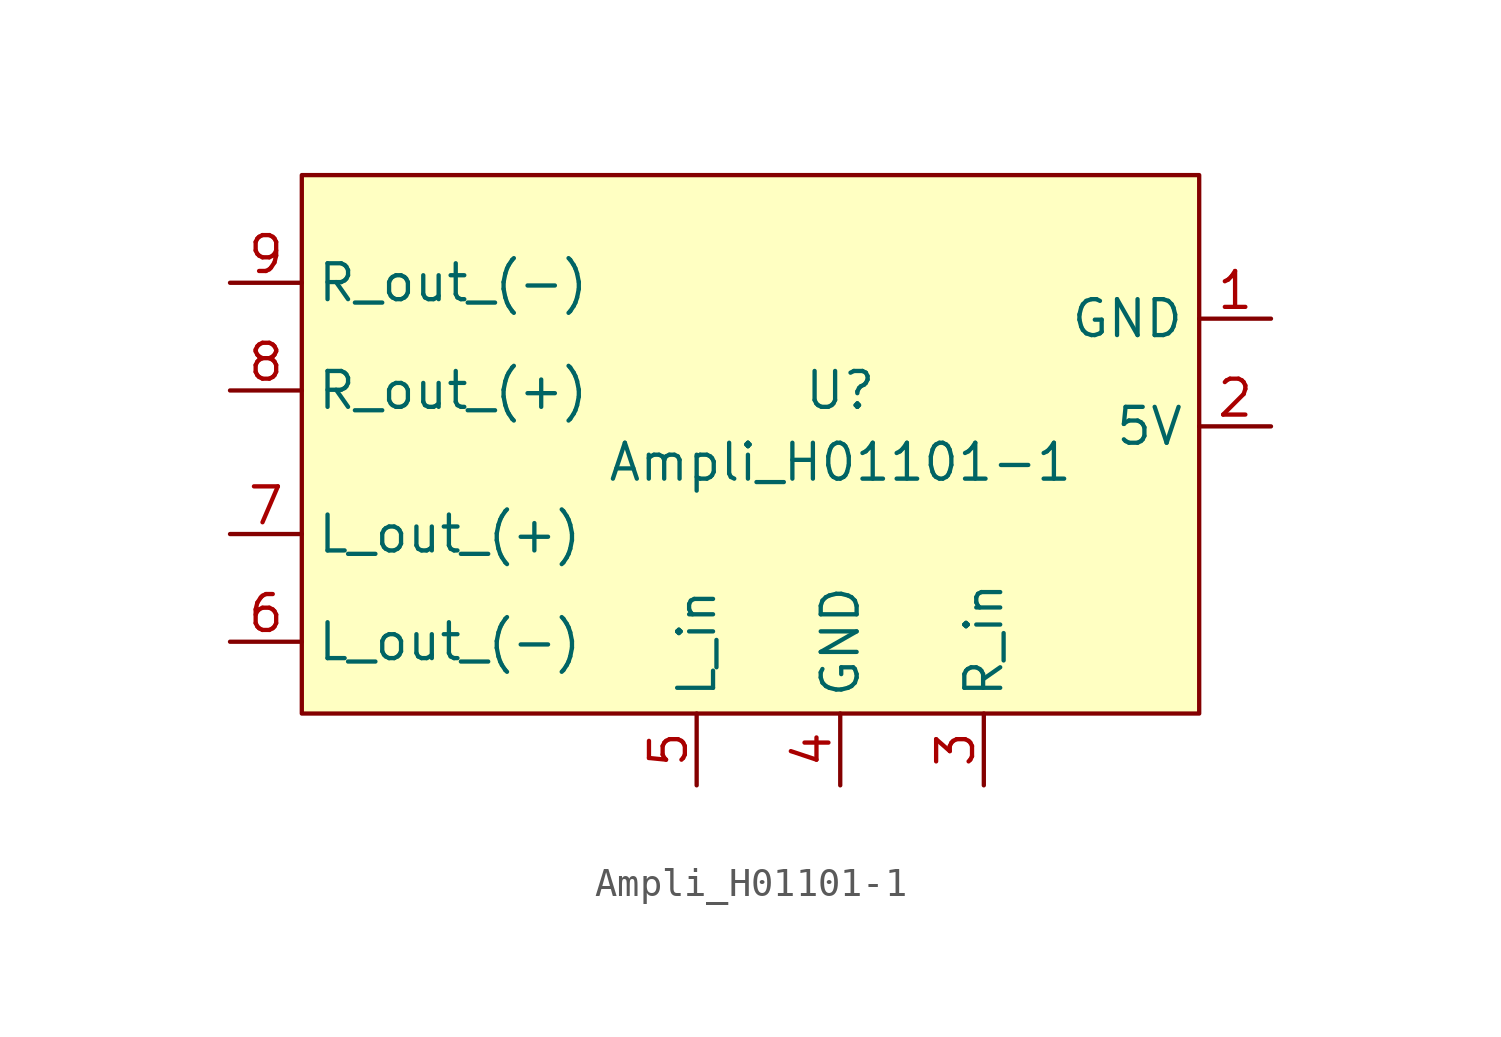
<source format=kicad_sym>
(kicad_symbol_lib
  (version 20211014)
  (generator kicad_symbol_editor)
  (symbol "Ampli_H01101-1"
    (property "Reference" "U"
      (at -1.27 -3.81 0)
      (effects (font (size 1.27 1.27))))
    (property "Value" "Ampli_H01101-1"
      (at -1.27 -6.35 0)
      (effects (font (size 1.27 1.27))))
    (symbol "Ampli_H01101-1_0_1"
      (rectangle (start -20.32 3.81) (end 11.43 -15.24) (stroke (width 0) (type default) (color 0 0 0 0)) (fill (type background))))
    (symbol "Ampli_H01101-1_1_1"
      (pin input line (at 13.97 -1.27 180) (length 2.54) (name "GND" (effects (font (size 1.27 1.27)))) (number "1" (effects (font (size 1.27 1.27)))))
      (pin input line (at 13.97 -5.08 180) (length 2.54) (name "5V" (effects (font (size 1.27 1.27)))) (number "2" (effects (font (size 1.27 1.27)))))
      (pin input line (at 3.81 -17.78 90) (length 2.54) (name "R_in" (effects (font (size 1.27 1.27)))) (number "3" (effects (font (size 1.27 1.27)))))
      (pin input line (at -1.27 -17.78 90) (length 2.54) (name "GND" (effects (font (size 1.27 1.27)))) (number "4" (effects (font (size 1.27 1.27)))))
      (pin input line (at -6.35 -17.78 90) (length 2.54) (name "L_in" (effects (font (size 1.27 1.27)))) (number "5" (effects (font (size 1.27 1.27)))))
      (pin input line (at -22.86 -12.7 0) (length 2.54) (name "L_out_(-)" (effects (font (size 1.27 1.27)))) (number "6" (effects (font (size 1.27 1.27)))))
      (pin input line (at -22.86 -8.89 0) (length 2.54) (name "L_out_(+)" (effects (font (size 1.27 1.27)))) (number "7" (effects (font (size 1.27 1.27)))))
      (pin input line (at -22.86 -3.81 0) (length 2.54) (name "R_out_(+)" (effects (font (size 1.27 1.27)))) (number "8" (effects (font (size 1.27 1.27)))))
      (pin input line (at -22.86 0 0) (length 2.54) (name "R_out_(-)" (effects (font (size 1.27 1.27)))) (number "9" (effects (font (size 1.27 1.27))))))))
</source>
